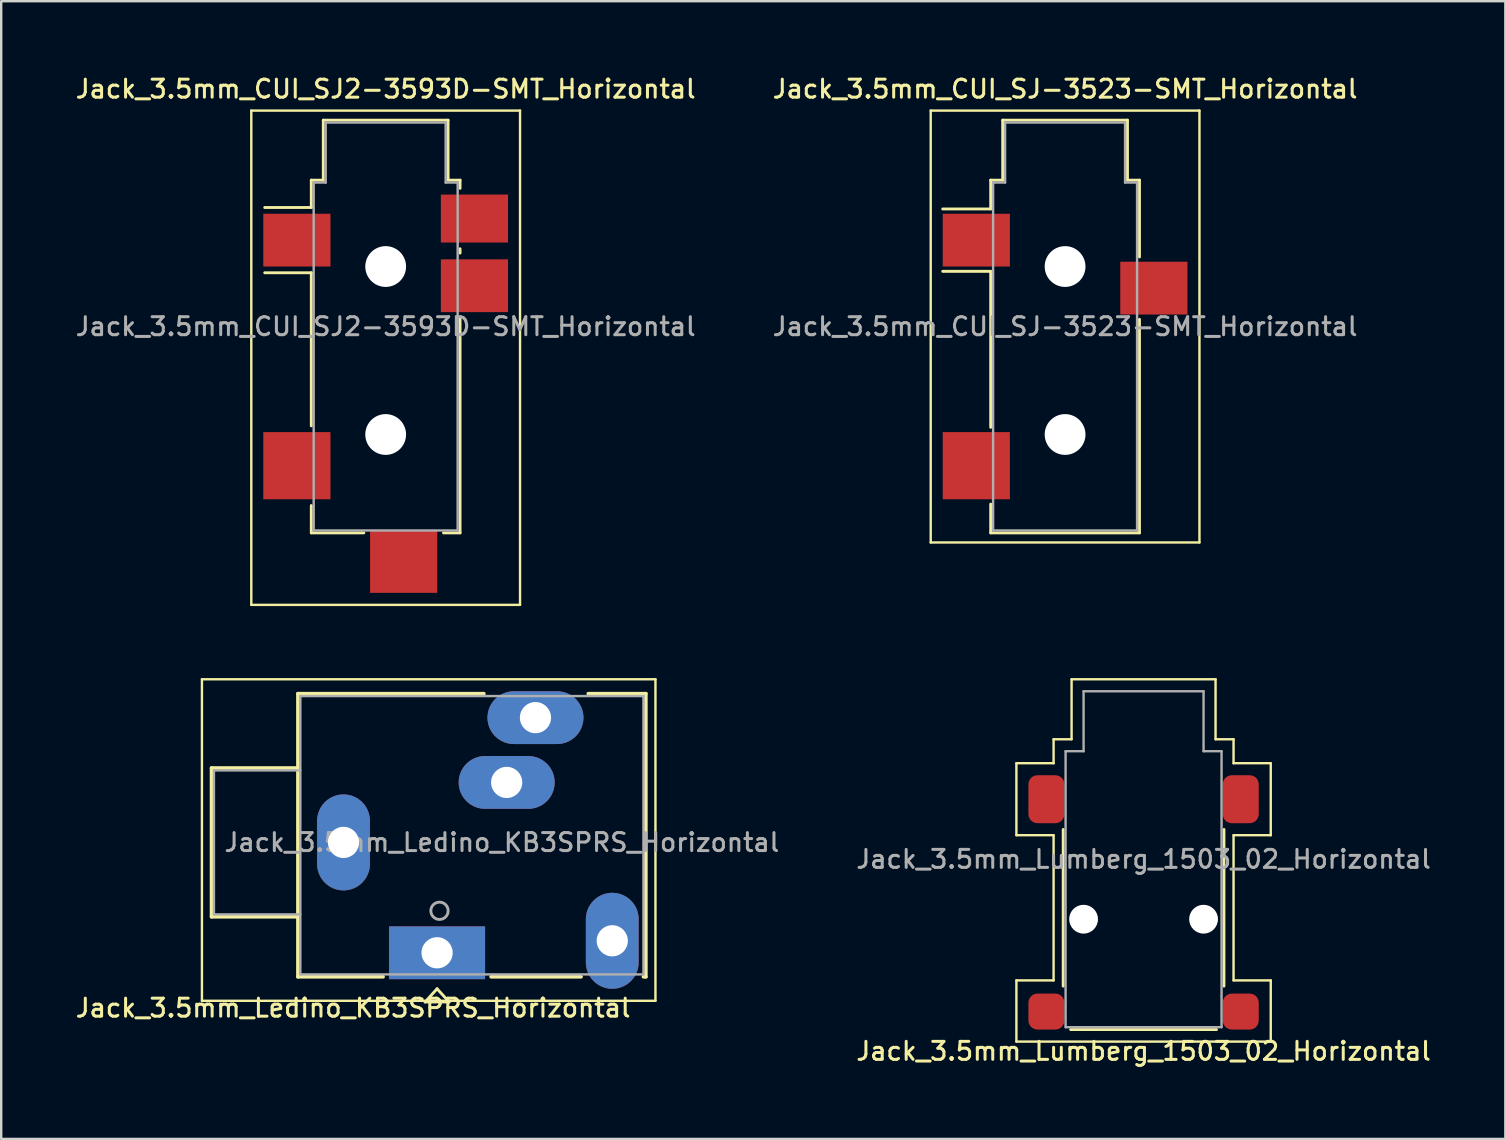
<source format=kicad_pcb>
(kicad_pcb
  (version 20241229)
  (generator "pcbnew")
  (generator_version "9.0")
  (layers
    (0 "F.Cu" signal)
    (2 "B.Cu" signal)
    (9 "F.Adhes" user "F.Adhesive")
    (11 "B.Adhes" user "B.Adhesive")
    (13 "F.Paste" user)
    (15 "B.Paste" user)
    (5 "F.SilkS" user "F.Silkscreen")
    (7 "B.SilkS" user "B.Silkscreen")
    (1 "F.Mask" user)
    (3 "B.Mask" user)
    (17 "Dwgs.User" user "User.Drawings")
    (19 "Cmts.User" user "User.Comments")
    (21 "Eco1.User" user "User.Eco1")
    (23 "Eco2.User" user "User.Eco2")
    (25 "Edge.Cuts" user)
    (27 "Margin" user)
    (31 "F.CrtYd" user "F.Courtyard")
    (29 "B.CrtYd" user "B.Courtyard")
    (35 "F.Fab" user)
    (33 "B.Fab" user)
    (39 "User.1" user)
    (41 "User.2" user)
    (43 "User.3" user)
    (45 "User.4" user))
  (footprint "Jack_3.5mm_Lumberg_1503_02_Horizontal"
    (layer "F.Cu")
    (at 44.609 32.758)
    (property "Reference" "Jack_3.5mm_Lumberg_1503_02_Horizontal" (at 0 8 0) (unlocked yes) (layer "F.SilkS") (effects (font (size 0.75 0.75) (thickness 0.125))))
    (attr smd)
    (fp_line (start -5.3 -4) (end -5.3 -1) (stroke (width 0.1) (type solid)) (layer "F.SilkS"))
    (fp_line (start -5.3 -4) (end -3.75 -4) (stroke (width 0.1) (type default)) (layer "F.SilkS"))
    (fp_line (start -5.3 -1) (end -3.75 -1) (stroke (width 0.1) (type default)) (layer "F.SilkS"))
    (fp_line (start -5.3 5.05) (end -5.3 7.6) (stroke (width 0.1) (type solid)) (layer "F.SilkS"))
    (fp_line (start -5.3 5.05) (end -3.75 5.05) (stroke (width 0.1) (type default)) (layer "F.SilkS"))
    (fp_line (start -5.3 7.6) (end 5.3 7.6) (stroke (width 0.1) (type solid)) (layer "F.SilkS"))
    (fp_line (start -3.75 -5) (end -3.75 -4) (stroke (width 0.1) (type default)) (layer "F.SilkS"))
    (fp_line (start -3.75 -5) (end -3 -5) (stroke (width 0.1) (type default)) (layer "F.SilkS"))
    (fp_line (start -3.75 -1) (end -3.75 5.05) (stroke (width 0.1) (type default)) (layer "F.SilkS"))
    (fp_line (start -3.35 -1.24) (end -3.35 5.29) (stroke (width 0.12) (type solid)) (layer "F.SilkS"))
    (fp_line (start -3 -7.5) (end -3 -5) (stroke (width 0.1) (type default)) (layer "F.SilkS"))
    (fp_line (start -3 -7.5) (end 3 -7.5) (stroke (width 0.1) (type solid)) (layer "F.SilkS"))
    (fp_line (start 3 -7.5) (end 3 -5) (stroke (width 0.1) (type default)) (layer "F.SilkS"))
    (fp_line (start 3 -5) (end 3.75 -5) (stroke (width 0.1) (type default)) (layer "F.SilkS"))
    (fp_line (start 3.04 7.1) (end -3.04 7.1) (stroke (width 0.12) (type solid)) (layer "F.SilkS"))
    (fp_line (start 3.35 -1.24) (end 3.35 5.29) (stroke (width 0.12) (type solid)) (layer "F.SilkS"))
    (fp_line (start 3.75 -5) (end 3.75 -4) (stroke (width 0.1) (type default)) (layer "F.SilkS"))
    (fp_line (start 3.75 -4) (end 5.3 -4) (stroke (width 0.1) (type default)) (layer "F.SilkS"))
    (fp_line (start 3.75 -1) (end 3.75 5.05) (stroke (width 0.1) (type default)) (layer "F.SilkS"))
    (fp_line (start 3.75 -1) (end 5.3 -1) (stroke (width 0.1) (type default)) (layer "F.SilkS"))
    (fp_line (start 3.75 5.05) (end 5.3 5.05) (stroke (width 0.1) (type default)) (layer "F.SilkS"))
    (fp_line (start 5.3 -4) (end 5.3 -1) (stroke (width 0.1) (type solid)) (layer "F.SilkS"))
    (fp_line (start 5.3 5.05) (end 5.3 7.6) (stroke (width 0.1) (type solid)) (layer "F.SilkS"))
    (fp_line (start -3.25 -4.5) (end -2.5 -4.5) (stroke (width 0.1) (type solid)) (layer "F.Fab"))
    (fp_line (start -3.25 7) (end -3.25 -4.5) (stroke (width 0.1) (type solid)) (layer "F.Fab"))
    (fp_line (start -3.25 7) (end 3.25 7) (stroke (width 0.1) (type solid)) (layer "F.Fab"))
    (fp_line (start -2.5 -7) (end -2.5 -4.5) (stroke (width 0.1) (type solid)) (layer "F.Fab"))
    (fp_line (start -2.5 -7) (end 2.5 -7) (stroke (width 0.1) (type solid)) (layer "F.Fab"))
    (fp_line (start 2.5 -4.5) (end 2.5 -7) (stroke (width 0.1) (type solid)) (layer "F.Fab"))
    (fp_line (start 2.5 -4.5) (end 3.25 -4.5) (stroke (width 0.1) (type solid)) (layer "F.Fab"))
    (fp_line (start 3.25 -4.5) (end 3.25 7) (stroke (width 0.1) (type solid)) (layer "F.Fab"))
    (fp_text user "${REFERENCE}" (at 0 0 0) (unlocked yes) (layer "F.Fab") (effects (font (size 0.75 0.75) (thickness 0.125))))
    (pad "" np_thru_hole circle (at -2.5 2.5) (size 1.2 1.2) (drill 1.2) (layers "*.Cu" "*.Mask"))
    (pad "" np_thru_hole circle (at 2.5 2.5) (size 1.2 1.2) (drill 1.2) (layers "*.Cu" "*.Mask"))
    (pad "R" smd roundrect (at 4.05 6.35) (size 1.5 1.5) (layers "F.Cu" "F.Mask" "F.Paste") (roundrect_rratio 0.25))
    (pad "S" smd roundrect (at -4.05 6.35) (size 1.5 1.5) (layers "F.Cu" "F.Mask" "F.Paste") (roundrect_rratio 0.25))
    (pad "T" smd roundrect (at -4.05 -2.5) (size 1.5 2) (layers "F.Cu" "F.Mask" "F.Paste") (roundrect_rratio 0.25))
    (pad "T" smd roundrect (at 4.05 -2.5) (size 1.5 2) (layers "F.Cu" "F.Mask" "F.Paste") (roundrect_rratio 0.25)))
  (footprint "Jack_3.5mm_Ledino_KB3SPRS_Horizontal"
    (layer "F.Cu")
    (at 15.166 36.658)
    (property "Reference" "Jack_3.5mm_Ledino_KB3SPRS_Horizontal" (at -3.5 2.3 0) (layer "F.SilkS") (effects (font (size 0.75 0.75) (thickness 0.125))))
    (attr through_hole)
    (fp_line (start -9.8 -11.4) (end -9.8 2) (stroke (width 0.1) (type solid)) (layer "F.SilkS"))
    (fp_line (start -9.8 2) (end 9.1 2) (stroke (width 0.1) (type solid)) (layer "F.SilkS"))
    (fp_line (start -9.4 -7.7) (end -9.4 -1.5) (stroke (width 0.15) (type solid)) (layer "F.SilkS"))
    (fp_line (start -9.4 -1.5) (end -5.8 -1.5) (stroke (width 0.15) (type solid)) (layer "F.SilkS"))
    (fp_line (start -5.8 -10.8) (end 1.95 -10.8) (stroke (width 0.15) (type solid)) (layer "F.SilkS"))
    (fp_line (start -5.8 -7.7) (end -9.4 -7.7) (stroke (width 0.15) (type solid)) (layer "F.SilkS"))
    (fp_line (start -5.8 1) (end -5.8 -10.8) (stroke (width 0.15) (type solid)) (layer "F.SilkS"))
    (fp_line (start -2.25 1) (end -5.8 1) (stroke (width 0.15) (type solid)) (layer "F.SilkS"))
    (fp_line (start -0.5 2.05) (end 0.5 2.05) (stroke (width 0.12) (type solid)) (layer "F.SilkS"))
    (fp_line (start 0 1.5) (end -0.5 2.05) (stroke (width 0.12) (type solid)) (layer "F.SilkS"))
    (fp_line (start 0.5 2.05) (end 0 1.5) (stroke (width 0.12) (type solid)) (layer "F.SilkS"))
    (fp_line (start 6 1) (end 2.25 1) (stroke (width 0.15) (type solid)) (layer "F.SilkS"))
    (fp_line (start 6.3 -10.8) (end 8.7 -10.8) (stroke (width 0.15) (type solid)) (layer "F.SilkS"))
    (fp_line (start 8.7 -10.8) (end 8.7 1) (stroke (width 0.15) (type solid)) (layer "F.SilkS"))
    (fp_line (start 8.7 1) (end 8.6 1) (stroke (width 0.15) (type solid)) (layer "F.SilkS"))
    (fp_line (start 9.1 -11.4) (end -9.8 -11.4) (stroke (width 0.1) (type solid)) (layer "F.SilkS"))
    (fp_line (start 9.1 2) (end 9.1 -11.4) (stroke (width 0.1) (type solid)) (layer "F.SilkS"))
    (fp_line (start -9.3 -7.6) (end -9.3 -1.6) (stroke (width 0.1) (type solid)) (layer "F.Fab"))
    (fp_line (start -9.3 -7.6) (end -5.7 -7.6) (stroke (width 0.1) (type solid)) (layer "F.Fab"))
    (fp_line (start -9.3 -1.6) (end -5.7 -1.6) (stroke (width 0.1) (type solid)) (layer "F.Fab"))
    (fp_line (start -5.7 -10.7) (end -5.7 0.9) (stroke (width 0.1) (type solid)) (layer "F.Fab"))
    (fp_line (start -5.7 0.9) (end 8.6 0.9) (stroke (width 0.1) (type solid)) (layer "F.Fab"))
    (fp_line (start 8.6 -10.7) (end -5.7 -10.7) (stroke (width 0.1) (type solid)) (layer "F.Fab"))
    (fp_line (start 8.6 0.9) (end 8.6 -10.7) (stroke (width 0.1) (type solid)) (layer "F.Fab"))
    (fp_circle (center 0.1 -1.75) (end 0.4 -1.55) (stroke (width 0.12) (type solid)) (fill no) (layer "F.Fab"))
    (fp_text user "${REFERENCE}" (at 2.7 -4.6 0) (layer "F.Fab") (effects (font (size 0.75 0.75) (thickness 0.125))))
    (pad "R" thru_hole oval (at 4.1 -9.8) (size 4 2.2) (drill 1.3) (layers "*.Cu" "*.Mask"))
    (pad "RN" thru_hole oval (at 2.9 -7.1) (size 4 2.2) (drill 1.3) (layers "*.Cu" "*.Mask"))
    (pad "S" thru_hole oval (at -3.9 -4.6) (size 2.2 4) (drill 1.3) (layers "*.Cu" "*.Mask"))
    (pad "T" thru_hole rect (at 0 0) (size 4 2.2) (drill 1.3) (layers "*.Cu" "*.Mask"))
    (pad "TN" thru_hole oval (at 7.3 -0.5 90) (size 4 2.2) (drill 1.3) (layers "*.Cu" "*.Mask")))
  (footprint "Jack_3.5mm_CUI_SJ-3523-SMT_Horizontal"
    (layer "F.Cu")
    (at 41.338 10.558)
    (property "Reference" "Jack_3.5mm_CUI_SJ-3523-SMT_Horizontal" (at 0 -9.9 0) (layer "F.SilkS") (effects (font (size 0.75 0.75) (thickness 0.125))))
    (attr smd)
    (fp_line (start -5.6 -9) (end 5.6 -9) (stroke (width 0.1) (type solid)) (layer "F.SilkS"))
    (fp_line (start -5.6 9) (end -5.6 -9) (stroke (width 0.1) (type solid)) (layer "F.SilkS"))
    (fp_line (start -3.1 -6.1) (end -2.6 -6.1) (stroke (width 0.12) (type solid)) (layer "F.SilkS"))
    (fp_line (start -3.1 -4.9) (end -5.1 -4.9) (stroke (width 0.12) (type solid)) (layer "F.SilkS"))
    (fp_line (start -3.1 -4.9) (end -3.1 -6.1) (stroke (width 0.12) (type solid)) (layer "F.SilkS"))
    (fp_line (start -3.1 -2.3) (end -5.1 -2.3) (stroke (width 0.12) (type solid)) (layer "F.SilkS"))
    (fp_line (start -3.1 4.2) (end -3.1 -2.3) (stroke (width 0.12) (type solid)) (layer "F.SilkS"))
    (fp_line (start -3.1 8.6) (end -3.1 7.4) (stroke (width 0.12) (type solid)) (layer "F.SilkS"))
    (fp_line (start -2.6 -8.6) (end 2.6 -8.6) (stroke (width 0.12) (type solid)) (layer "F.SilkS"))
    (fp_line (start -2.6 -6.1) (end -2.6 -8.6) (stroke (width 0.12) (type solid)) (layer "F.SilkS"))
    (fp_line (start 2.6 -8.6) (end 2.6 -6.1) (stroke (width 0.12) (type solid)) (layer "F.SilkS"))
    (fp_line (start 2.6 -6.1) (end 3.1 -6.1) (stroke (width 0.12) (type solid)) (layer "F.SilkS"))
    (fp_line (start 3.1 -6.1) (end 3.1 -2.9) (stroke (width 0.12) (type solid)) (layer "F.SilkS"))
    (fp_line (start 3.1 -0.3) (end 3.1 8.6) (stroke (width 0.12) (type solid)) (layer "F.SilkS"))
    (fp_line (start 3.1 8.6) (end -3.1 8.6) (stroke (width 0.12) (type solid)) (layer "F.SilkS"))
    (fp_line (start 5.6 -9) (end 5.6 9) (stroke (width 0.1) (type solid)) (layer "F.SilkS"))
    (fp_line (start 5.6 9) (end -5.6 9) (stroke (width 0.1) (type solid)) (layer "F.SilkS"))
    (fp_line (start -3 -6) (end -2.5 -6) (stroke (width 0.1) (type solid)) (layer "F.Fab"))
    (fp_line (start -3 8.5) (end -3 -6) (stroke (width 0.1) (type solid)) (layer "F.Fab"))
    (fp_line (start -2.5 -8.5) (end 2.5 -8.5) (stroke (width 0.1) (type solid)) (layer "F.Fab"))
    (fp_line (start -2.5 -6) (end -2.5 -8.5) (stroke (width 0.1) (type solid)) (layer "F.Fab"))
    (fp_line (start 2.5 -8.5) (end 2.5 -6) (stroke (width 0.1) (type solid)) (layer "F.Fab"))
    (fp_line (start 2.5 -6) (end 3 -6) (stroke (width 0.1) (type solid)) (layer "F.Fab"))
    (fp_line (start 3 -6) (end 3 8.5) (stroke (width 0.1) (type solid)) (layer "F.Fab"))
    (fp_line (start 3 8.5) (end -3 8.5) (stroke (width 0.1) (type solid)) (layer "F.Fab"))
    (fp_text user "${REFERENCE}" (at 0 0 0) (layer "F.Fab") (effects (font (size 0.75 0.75) (thickness 0.125))))
    (pad "" np_thru_hole circle (at 0 -2.5) (size 1.7 1.7) (drill 1.7) (layers "*.Cu" "*.Mask"))
    (pad "" np_thru_hole circle (at 0 4.5) (size 1.7 1.7) (drill 1.7) (layers "*.Cu" "*.Mask"))
    (pad "R" smd rect (at 3.7 -1.6) (size 2.8 2.2) (layers "F.Cu" "F.Mask" "F.Paste"))
    (pad "S" smd rect (at -3.7 -3.6) (size 2.8 2.2) (layers "F.Cu" "F.Mask" "F.Paste"))
    (pad "T" smd rect (at -3.7 5.8) (size 2.8 2.8) (layers "F.Cu" "F.Mask" "F.Paste")))
  (footprint "Jack_3.5mm_CUI_SJ2-3593D-SMT_Horizontal"
    (layer "F.Cu")
    (at 13.023 10.558)
    (property "Reference" "Jack_3.5mm_CUI_SJ2-3593D-SMT_Horizontal" (at 0 -9.9 0) (layer "F.SilkS") (effects (font (size 0.75 0.75) (thickness 0.125))))
    (attr smd)
    (fp_line (start -5.6 -9) (end 5.6 -9) (stroke (width 0.1) (type solid)) (layer "F.SilkS"))
    (fp_line (start -5.6 11.6) (end -5.6 -9) (stroke (width 0.1) (type solid)) (layer "F.SilkS"))
    (fp_line (start -3.1 -6.1) (end -2.6 -6.1) (stroke (width 0.12) (type solid)) (layer "F.SilkS"))
    (fp_line (start -3.1 -4.96) (end -5.04 -4.96) (stroke (width 0.12) (type solid)) (layer "F.SilkS"))
    (fp_line (start -3.1 -4.96) (end -3.1 -6.1) (stroke (width 0.12) (type solid)) (layer "F.SilkS"))
    (fp_line (start -3.1 -2.24) (end -5.04 -2.24) (stroke (width 0.12) (type solid)) (layer "F.SilkS"))
    (fp_line (start -3.1 4.14) (end -3.1 -2.24) (stroke (width 0.12) (type solid)) (layer "F.SilkS"))
    (fp_line (start -3.1 8.6) (end -3.1 7.46) (stroke (width 0.12) (type solid)) (layer "F.SilkS"))
    (fp_line (start -2.6 -8.6) (end 2.6 -8.6) (stroke (width 0.12) (type solid)) (layer "F.SilkS"))
    (fp_line (start -2.6 -6.1) (end -2.6 -8.6) (stroke (width 0.12) (type solid)) (layer "F.SilkS"))
    (fp_line (start -0.91 8.6) (end -3.1 8.6) (stroke (width 0.12) (type solid)) (layer "F.SilkS"))
    (fp_line (start 2.6 -8.6) (end 2.6 -6.1) (stroke (width 0.12) (type solid)) (layer "F.SilkS"))
    (fp_line (start 2.6 -6.1) (end 3.1 -6.1) (stroke (width 0.12) (type solid)) (layer "F.SilkS"))
    (fp_line (start 3.1 -6.1) (end 3.1 -5.76) (stroke (width 0.12) (type solid)) (layer "F.SilkS"))
    (fp_line (start 3.1 -3.24) (end 3.1 -3.06) (stroke (width 0.12) (type solid)) (layer "F.SilkS"))
    (fp_line (start 3.1 -0.34) (end 3.1 8.6) (stroke (width 0.12) (type solid)) (layer "F.SilkS"))
    (fp_line (start 3.1 8.6) (end 2.41 8.6) (stroke (width 0.12) (type solid)) (layer "F.SilkS"))
    (fp_line (start 5.6 -9) (end 5.6 11.6) (stroke (width 0.1) (type solid)) (layer "F.SilkS"))
    (fp_line (start 5.6 11.6) (end -5.6 11.6) (stroke (width 0.1) (type solid)) (layer "F.SilkS"))
    (fp_line (start -3 -6) (end -2.5 -6) (stroke (width 0.1) (type solid)) (layer "F.Fab"))
    (fp_line (start -3 8.5) (end -3 -6) (stroke (width 0.1) (type solid)) (layer "F.Fab"))
    (fp_line (start -2.5 -8.5) (end 2.5 -8.5) (stroke (width 0.1) (type solid)) (layer "F.Fab"))
    (fp_line (start -2.5 -6) (end -2.5 -8.5) (stroke (width 0.1) (type solid)) (layer "F.Fab"))
    (fp_line (start 2.5 -8.5) (end 2.5 -6) (stroke (width 0.1) (type solid)) (layer "F.Fab"))
    (fp_line (start 2.5 -6) (end 3 -6) (stroke (width 0.1) (type solid)) (layer "F.Fab"))
    (fp_line (start 3 -6) (end 3 8.5) (stroke (width 0.1) (type solid)) (layer "F.Fab"))
    (fp_line (start 3 8.5) (end -3 8.5) (stroke (width 0.1) (type solid)) (layer "F.Fab"))
    (fp_text user "${REFERENCE}" (at 0 0 0) (layer "F.Fab") (effects (font (size 0.75 0.75) (thickness 0.125))))
    (pad "" np_thru_hole circle (at 0 -2.5) (size 1.7 1.7) (drill 1.7) (layers "*.Cu" "*.Mask"))
    (pad "" np_thru_hole circle (at 0 4.5) (size 1.7 1.7) (drill 1.7) (layers "*.Cu" "*.Mask"))
    (pad "R" smd rect (at 3.7 -1.7) (size 2.8 2.2) (layers "F.Cu" "F.Mask" "F.Paste"))
    (pad "RN" smd rect (at 3.7 -4.5) (size 2.8 2) (layers "F.Cu" "F.Mask" "F.Paste"))
    (pad "S" smd rect (at -3.7 -3.6) (size 2.8 2.2) (layers "F.Cu" "F.Mask" "F.Paste"))
    (pad "T" smd rect (at -3.7 5.8) (size 2.8 2.8) (layers "F.Cu" "F.Mask" "F.Paste"))
    (pad "TN" smd rect (at 0.75 9.8) (size 2.8 2.6) (layers "F.Cu" "F.Mask" "F.Paste")))
  (gr_rect
    (start -3 -3)
    (end 59.686 44.416)
    (stroke (width 0.1) (type default))
    (fill no)
    (layer "Edge.Cuts")))
</source>
